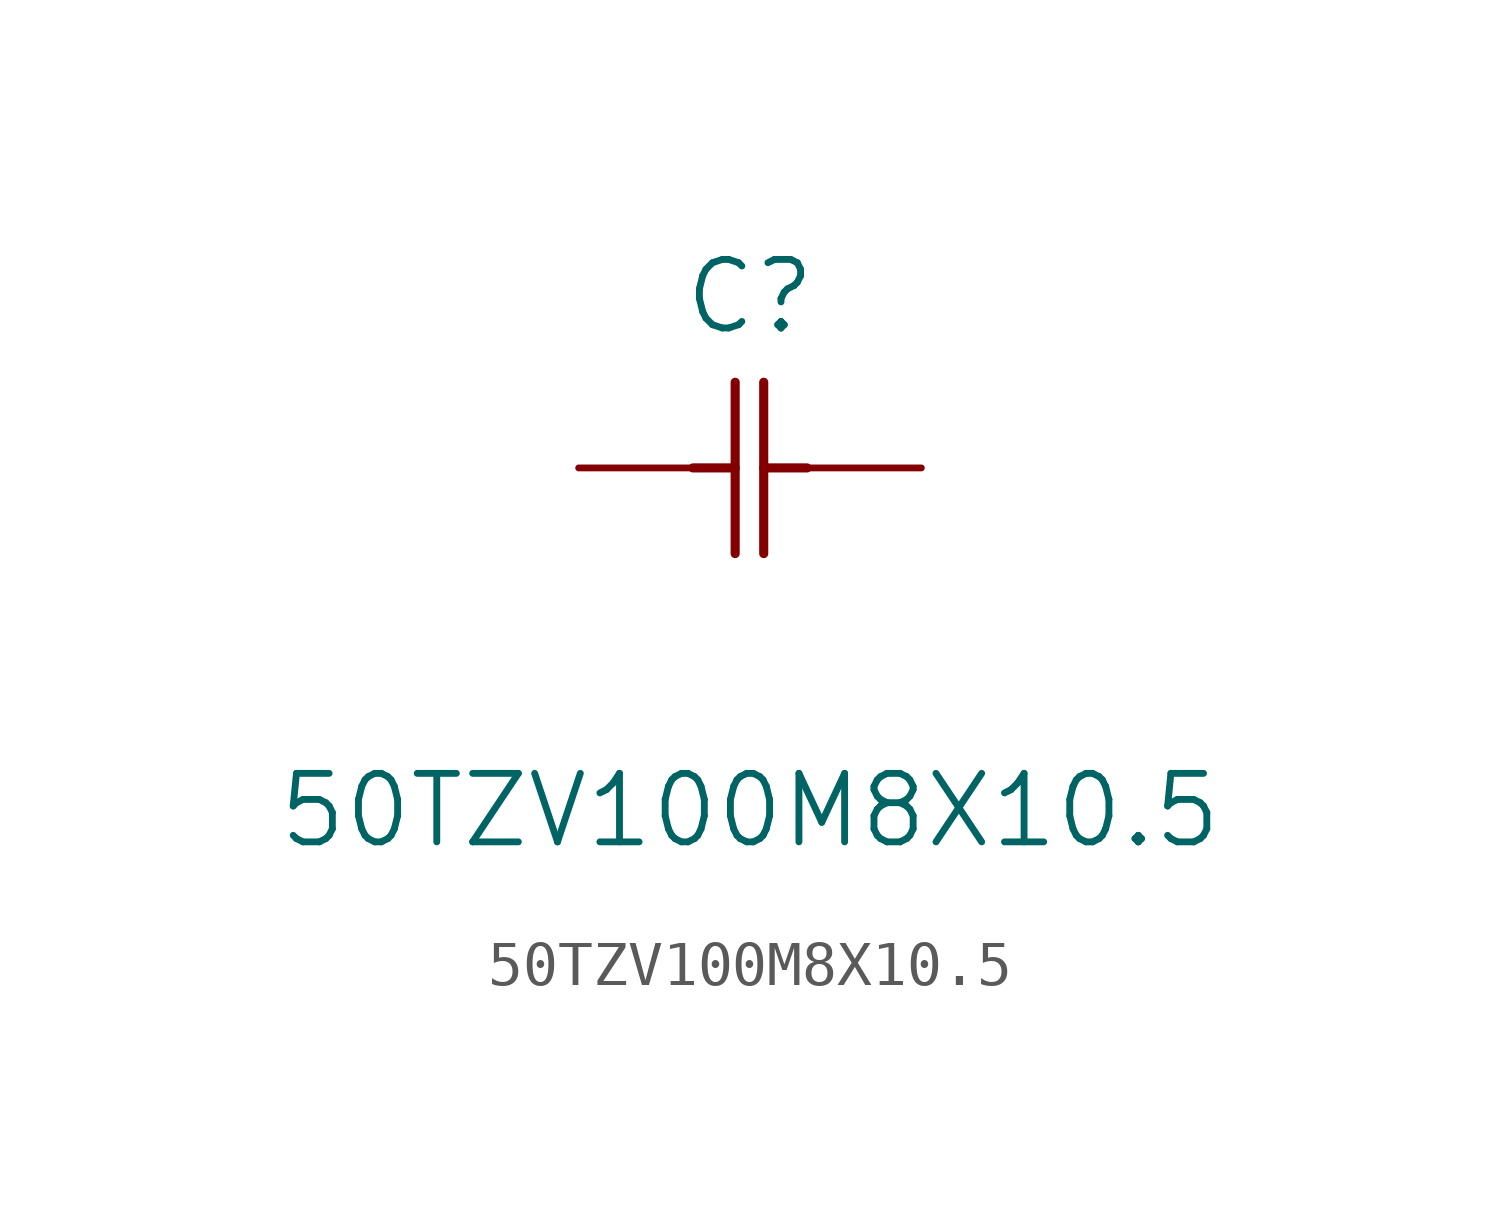
<source format=kicad_sym>
(kicad_symbol_lib
  (version 20211014)
  (generator kicad_symbol_editor)
  (symbol "50TZV100M8X10.5"
    (pin_numbers hide)
    (pin_names
      (offset 1.651) hide)
    (property "Reference" "C"
      (at 3.81 3.81 0)
      (effects (font (size 1.524 1.524))))
    (property "Value" "50TZV100M8X10.5"
      (at 3.81 -7.62 0)
      (effects (font (size 1.524 1.524))))
    (property "Datasheet" ""
      (at 0 0 0)
      (effects (font (size 1.524 1.524))))
    (property "ki_locked" ""
      (at 0 0 0)
      (effects (font (size 1.27 1.27))))
    (symbol "50TZV100M8X10.5_1_1"
      (polyline (pts (xy 2.54 0) (xy 3.48 0)) (stroke (width 0.203) (type default) (color 0 0 0 0)) (fill (type none)))
      (polyline (pts (xy 3.48 -1.905) (xy 3.48 1.905)) (stroke (width 0.203) (type default) (color 0 0 0 0)) (fill (type none)))
      (polyline (pts (xy 4.115 -1.905) (xy 4.115 1.905)) (stroke (width 0.203) (type default) (color 0 0 0 0)) (fill (type none)))
      (polyline (pts (xy 4.115 0) (xy 5.08 0)) (stroke (width 0.203) (type default) (color 0 0 0 0)) (fill (type none)))
      (pin unspecified line (at 0 0 0) (length 2.54) (name "1" (effects (font (size 1.499 1.499)))) (number "1" (effects (font (size 1.499 1.499)))))
      (pin unspecified line (at 7.62 0 180) (length 2.54) (name "2" (effects (font (size 1.499 1.499)))) (number "2" (effects (font (size 1.499 1.499))))))))
</source>
